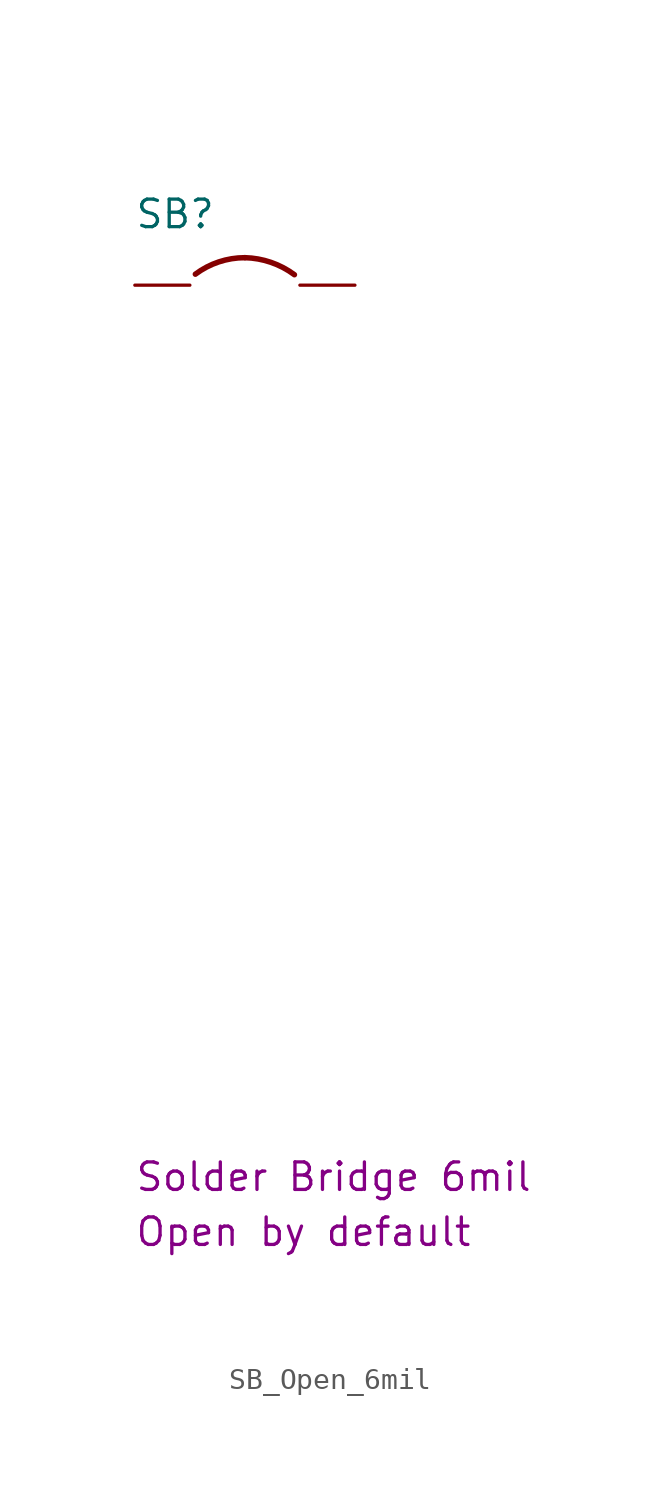
<source format=kicad_sym>
(kicad_symbol_lib
  (version 20231120)
  (generator "kicad_symbol_editor")
  (generator_version "7.99")
  (symbol "SB_Open_6mil"
    (pin_numbers hide)
    (pin_names
      (offset 1.016) hide)
    (property "Reference" "SB"
      (at -0.025 2.54 0)
      (effects (font (size 1.27 1.27)) (justify left bottom)))
    (property "Part Description" "Solder Bridge 6mil"
      (at -0.025 -41.91 0)
      (effects (font (size 1.27 1.27)) (justify left bottom)))
    (property "ValueP" "Open by default"
      (at -0.025 -44.45 0)
      (effects (font (size 1.27 1.27)) (justify left bottom)))
    (symbol "SB_Open_6mil_1_1"
      (arc (start 5.08 1.27) (mid 3.8752 1.0745) (end 2.794 0.508) (stroke (width 0.254) (type solid)) (fill (type none)))
      (arc (start 7.366 0.4826) (mid 6.2856 1.0528) (end 5.08 1.27) (stroke (width 0.254) (type solid)) (fill (type none)))
      (pin passive line (at 0 0 0) (length 2.54) (name "1" (effects (font (size 1.27 1.27)))) (number "1" (effects (font (size 1.27 1.27)))))
      (pin passive line (at 10.16 0 180) (length 2.54) (name "2" (effects (font (size 1.27 1.27)))) (number "2" (effects (font (size 1.27 1.27))))))))
</source>
